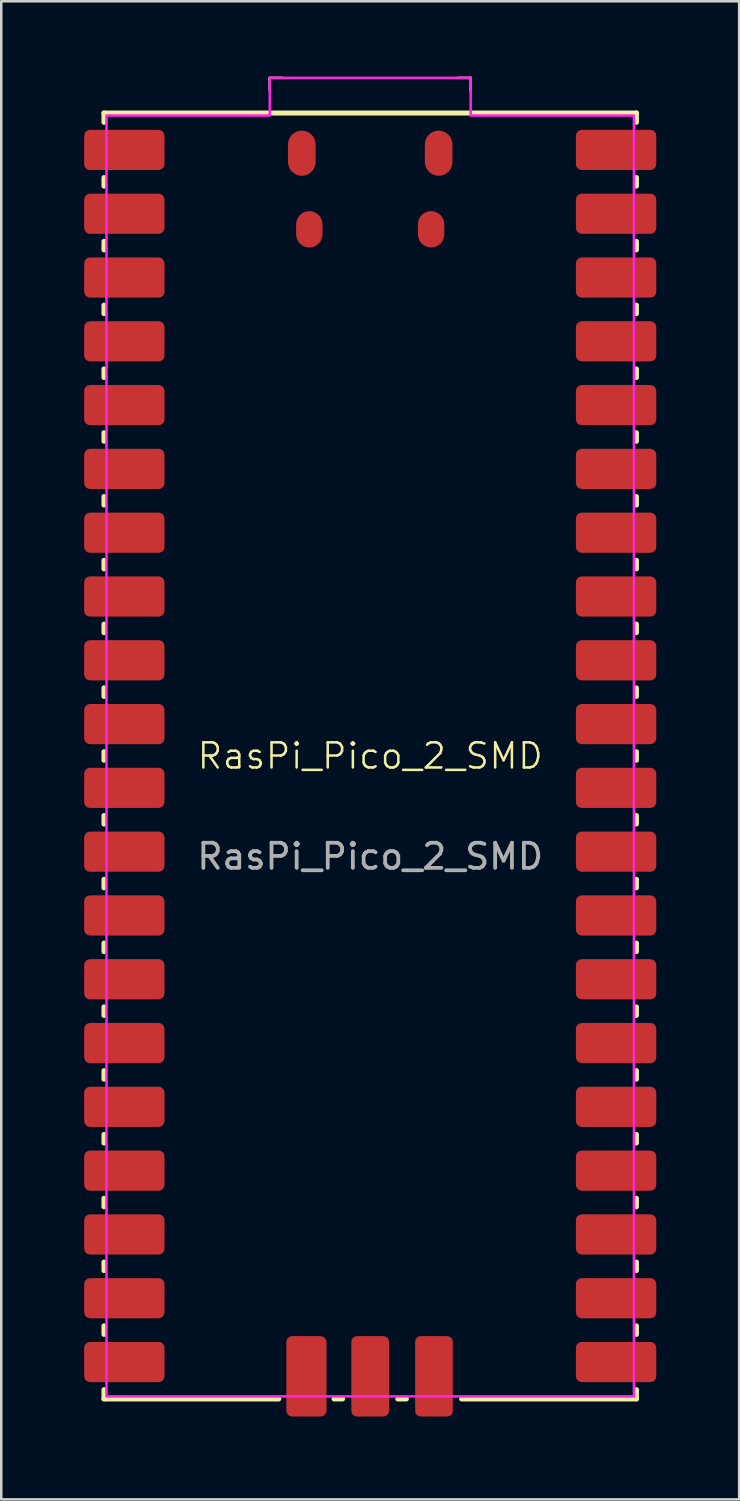
<source format=kicad_pcb>
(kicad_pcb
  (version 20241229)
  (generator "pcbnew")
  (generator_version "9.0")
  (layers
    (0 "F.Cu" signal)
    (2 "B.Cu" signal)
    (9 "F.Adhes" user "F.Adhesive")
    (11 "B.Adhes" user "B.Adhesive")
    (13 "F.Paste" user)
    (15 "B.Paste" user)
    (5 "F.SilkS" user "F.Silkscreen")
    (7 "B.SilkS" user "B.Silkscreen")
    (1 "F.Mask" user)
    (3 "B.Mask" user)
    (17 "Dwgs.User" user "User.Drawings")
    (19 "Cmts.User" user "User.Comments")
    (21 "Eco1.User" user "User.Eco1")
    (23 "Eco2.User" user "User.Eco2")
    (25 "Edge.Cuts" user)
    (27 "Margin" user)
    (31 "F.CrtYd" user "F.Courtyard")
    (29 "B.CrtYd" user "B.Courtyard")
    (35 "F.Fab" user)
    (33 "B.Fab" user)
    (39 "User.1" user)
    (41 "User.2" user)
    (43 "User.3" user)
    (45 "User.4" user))
  (footprint "RasPi_Pico_2_SMD"
    (layer "F.Cu")
    (at 11.69 27.05)
    (property "Reference" "RasPi_Pico_2_SMD" (at 0 0 0) (unlocked yes) (layer "F.SilkS") (effects (font (size 1 1) (thickness 0.1))))
    (attr through_hole)
    (fp_line (start -10.6 -25.6) (end 10.6 -25.6) (stroke (width 0.2) (type solid)) (layer "F.SilkS"))
    (fp_line (start -10.6 -25.23) (end -10.6 -25.6) (stroke (width 0.2) (type solid)) (layer "F.SilkS"))
    (fp_line (start -10.6 -22.69) (end -10.6 -23.03) (stroke (width 0.2) (type solid)) (layer "F.SilkS"))
    (fp_line (start -10.6 -20.15) (end -10.6 -20.49) (stroke (width 0.2) (type solid)) (layer "F.SilkS"))
    (fp_line (start -10.6 -17.61) (end -10.6 -17.95) (stroke (width 0.2) (type solid)) (layer "F.SilkS"))
    (fp_line (start -10.6 -15.07) (end -10.6 -15.41) (stroke (width 0.2) (type solid)) (layer "F.SilkS"))
    (fp_line (start -10.6 -12.53) (end -10.6 -12.87) (stroke (width 0.2) (type solid)) (layer "F.SilkS"))
    (fp_line (start -10.6 -9.99) (end -10.6 -10.33) (stroke (width 0.2) (type solid)) (layer "F.SilkS"))
    (fp_line (start -10.6 -7.45) (end -10.6 -7.79) (stroke (width 0.2) (type solid)) (layer "F.SilkS"))
    (fp_line (start -10.6 -4.91) (end -10.6 -5.25) (stroke (width 0.2) (type solid)) (layer "F.SilkS"))
    (fp_line (start -10.6 -2.37) (end -10.6 -2.71) (stroke (width 0.2) (type solid)) (layer "F.SilkS"))
    (fp_line (start -10.6 0.17) (end -10.6 -0.17) (stroke (width 0.2) (type solid)) (layer "F.SilkS"))
    (fp_line (start -10.6 2.71) (end -10.6 2.37) (stroke (width 0.2) (type solid)) (layer "F.SilkS"))
    (fp_line (start -10.6 5.25) (end -10.6 4.91) (stroke (width 0.2) (type solid)) (layer "F.SilkS"))
    (fp_line (start -10.6 7.79) (end -10.6 7.45) (stroke (width 0.2) (type solid)) (layer "F.SilkS"))
    (fp_line (start -10.6 10.33) (end -10.6 9.99) (stroke (width 0.2) (type solid)) (layer "F.SilkS"))
    (fp_line (start -10.6 12.87) (end -10.6 12.53) (stroke (width 0.2) (type solid)) (layer "F.SilkS"))
    (fp_line (start -10.6 15.41) (end -10.6 15.07) (stroke (width 0.2) (type solid)) (layer "F.SilkS"))
    (fp_line (start -10.6 17.95) (end -10.6 17.61) (stroke (width 0.2) (type solid)) (layer "F.SilkS"))
    (fp_line (start -10.6 20.49) (end -10.6 20.15) (stroke (width 0.2) (type solid)) (layer "F.SilkS"))
    (fp_line (start -10.6 23.03) (end -10.6 22.69) (stroke (width 0.2) (type solid)) (layer "F.SilkS"))
    (fp_line (start -10.6 25.23) (end -10.6 25.6) (stroke (width 0.2) (type solid)) (layer "F.SilkS"))
    (fp_line (start -4 -26.5) (end -4 -27) (stroke (width 0.1) (type default)) (layer "F.SilkS"))
    (fp_line (start -3.64 25.6) (end -10.6 25.6) (stroke (width 0.2) (type solid)) (layer "F.SilkS"))
    (fp_line (start -3.5 -27) (end -4 -27) (stroke (width 0.1) (type default)) (layer "F.SilkS"))
    (fp_line (start -1.1 25.6) (end -1.44 25.6) (stroke (width 0.2) (type solid)) (layer "F.SilkS"))
    (fp_line (start 1.44 25.6) (end 1.1 25.6) (stroke (width 0.2) (type solid)) (layer "F.SilkS"))
    (fp_line (start 4 -27) (end 3.5 -27) (stroke (width 0.1) (type default)) (layer "F.SilkS"))
    (fp_line (start 4 -26.5) (end 4 -27) (stroke (width 0.1) (type default)) (layer "F.SilkS"))
    (fp_line (start 10.6 -25.23) (end 10.6 -25.6) (stroke (width 0.2) (type solid)) (layer "F.SilkS"))
    (fp_line (start 10.6 -23.03) (end 10.6 -22.69) (stroke (width 0.2) (type solid)) (layer "F.SilkS"))
    (fp_line (start 10.6 -20.49) (end 10.6 -20.15) (stroke (width 0.2) (type solid)) (layer "F.SilkS"))
    (fp_line (start 10.6 -17.95) (end 10.6 -17.61) (stroke (width 0.2) (type solid)) (layer "F.SilkS"))
    (fp_line (start 10.6 -15.41) (end 10.6 -15.07) (stroke (width 0.2) (type solid)) (layer "F.SilkS"))
    (fp_line (start 10.6 -12.87) (end 10.6 -12.53) (stroke (width 0.2) (type solid)) (layer "F.SilkS"))
    (fp_line (start 10.6 -10.33) (end 10.6 -9.99) (stroke (width 0.2) (type solid)) (layer "F.SilkS"))
    (fp_line (start 10.6 -7.79) (end 10.6 -7.45) (stroke (width 0.2) (type solid)) (layer "F.SilkS"))
    (fp_line (start 10.6 -5.25) (end 10.6 -4.91) (stroke (width 0.2) (type solid)) (layer "F.SilkS"))
    (fp_line (start 10.6 -2.71) (end 10.6 -2.37) (stroke (width 0.2) (type solid)) (layer "F.SilkS"))
    (fp_line (start 10.6 -0.17) (end 10.6 0.17) (stroke (width 0.2) (type solid)) (layer "F.SilkS"))
    (fp_line (start 10.6 2.37) (end 10.6 2.71) (stroke (width 0.2) (type solid)) (layer "F.SilkS"))
    (fp_line (start 10.6 4.91) (end 10.6 5.25) (stroke (width 0.2) (type solid)) (layer "F.SilkS"))
    (fp_line (start 10.6 7.45) (end 10.6 7.79) (stroke (width 0.2) (type solid)) (layer "F.SilkS"))
    (fp_line (start 10.6 9.99) (end 10.6 10.33) (stroke (width 0.2) (type solid)) (layer "F.SilkS"))
    (fp_line (start 10.6 12.53) (end 10.6 12.87) (stroke (width 0.2) (type solid)) (layer "F.SilkS"))
    (fp_line (start 10.6 15.07) (end 10.6 15.41) (stroke (width 0.2) (type solid)) (layer "F.SilkS"))
    (fp_line (start 10.6 17.61) (end 10.6 17.95) (stroke (width 0.2) (type solid)) (layer "F.SilkS"))
    (fp_line (start 10.6 20.15) (end 10.6 20.49) (stroke (width 0.2) (type solid)) (layer "F.SilkS"))
    (fp_line (start 10.6 22.69) (end 10.6 23.03) (stroke (width 0.2) (type solid)) (layer "F.SilkS"))
    (fp_line (start 10.6 25.23) (end 10.6 25.6) (stroke (width 0.2) (type solid)) (layer "F.SilkS"))
    (fp_line (start 10.6 25.6) (end 3.64 25.6) (stroke (width 0.2) (type solid)) (layer "F.SilkS"))
    (fp_rect (start -11.69 -25.23) (end -7.89 -23.03) (stroke (width 0) (type solid)) (fill yes) (layer "F.Paste"))
    (fp_rect (start -11.69 -22.69) (end -7.89 -20.49) (stroke (width 0) (type solid)) (fill yes) (layer "F.Paste"))
    (fp_rect (start -11.69 -20.15) (end -7.89 -17.95) (stroke (width 0) (type solid)) (fill yes) (layer "F.Paste"))
    (fp_rect (start -11.69 -17.61) (end -7.89 -15.41) (stroke (width 0) (type solid)) (fill yes) (layer "F.Paste"))
    (fp_rect (start -11.69 -15.07) (end -7.89 -12.87) (stroke (width 0) (type solid)) (fill yes) (layer "F.Paste"))
    (fp_rect (start -11.69 -12.53) (end -7.89 -10.33) (stroke (width 0) (type solid)) (fill yes) (layer "F.Paste"))
    (fp_rect (start -11.69 -9.99) (end -7.89 -7.79) (stroke (width 0) (type solid)) (fill yes) (layer "F.Paste"))
    (fp_rect (start -11.69 -7.45) (end -7.89 -5.25) (stroke (width 0) (type solid)) (fill yes) (layer "F.Paste"))
    (fp_rect (start -11.69 -4.91) (end -7.89 -2.71) (stroke (width 0) (type solid)) (fill yes) (layer "F.Paste"))
    (fp_rect (start -11.69 -2.37) (end -7.89 -0.17) (stroke (width 0) (type solid)) (fill yes) (layer "F.Paste"))
    (fp_rect (start -11.69 0.17) (end -7.89 2.37) (stroke (width 0) (type solid)) (fill yes) (layer "F.Paste"))
    (fp_rect (start -11.69 2.71) (end -7.89 4.91) (stroke (width 0) (type solid)) (fill yes) (layer "F.Paste"))
    (fp_rect (start -11.69 5.25) (end -7.89 7.45) (stroke (width 0) (type solid)) (fill yes) (layer "F.Paste"))
    (fp_rect (start -11.69 7.79) (end -7.89 9.99) (stroke (width 0) (type solid)) (fill yes) (layer "F.Paste"))
    (fp_rect (start -11.69 10.33) (end -7.89 12.53) (stroke (width 0) (type solid)) (fill yes) (layer "F.Paste"))
    (fp_rect (start -11.69 12.87) (end -7.89 15.07) (stroke (width 0) (type solid)) (fill yes) (layer "F.Paste"))
    (fp_rect (start -11.69 15.41) (end -7.89 17.61) (stroke (width 0) (type solid)) (fill yes) (layer "F.Paste"))
    (fp_rect (start -11.69 17.95) (end -7.89 20.15) (stroke (width 0) (type solid)) (fill yes) (layer "F.Paste"))
    (fp_rect (start -11.69 20.49) (end -7.89 22.69) (stroke (width 0) (type solid)) (fill yes) (layer "F.Paste"))
    (fp_rect (start -11.69 23.03) (end -7.89 25.23) (stroke (width 0) (type solid)) (fill yes) (layer "F.Paste"))
    (fp_rect (start -3.64 22.8) (end -1.44 26.6) (stroke (width 0) (type solid)) (fill yes) (layer "F.Paste"))
    (fp_rect (start -1.1 22.8) (end 1.1 26.6) (stroke (width 0) (type solid)) (fill yes) (layer "F.Paste"))
    (fp_rect (start 1.44 22.8) (end 3.64 26.6) (stroke (width 0) (type solid)) (fill yes) (layer "F.Paste"))
    (fp_rect (start 7.89 -25.23) (end 11.69 -23.03) (stroke (width 0) (type solid)) (fill yes) (layer "F.Paste"))
    (fp_rect (start 7.89 -22.69) (end 11.69 -20.49) (stroke (width 0) (type solid)) (fill yes) (layer "F.Paste"))
    (fp_rect (start 7.89 -20.15) (end 11.69 -17.95) (stroke (width 0) (type solid)) (fill yes) (layer "F.Paste"))
    (fp_rect (start 7.89 -17.61) (end 11.69 -15.41) (stroke (width 0) (type solid)) (fill yes) (layer "F.Paste"))
    (fp_rect (start 7.89 -15.07) (end 11.69 -12.87) (stroke (width 0) (type solid)) (fill yes) (layer "F.Paste"))
    (fp_rect (start 7.89 -12.53) (end 11.69 -10.33) (stroke (width 0) (type solid)) (fill yes) (layer "F.Paste"))
    (fp_rect (start 7.89 -9.99) (end 11.69 -7.79) (stroke (width 0) (type solid)) (fill yes) (layer "F.Paste"))
    (fp_rect (start 7.89 -7.45) (end 11.69 -5.25) (stroke (width 0) (type solid)) (fill yes) (layer "F.Paste"))
    (fp_rect (start 7.89 -4.91) (end 11.69 -2.71) (stroke (width 0) (type solid)) (fill yes) (layer "F.Paste"))
    (fp_rect (start 7.89 -2.37) (end 11.69 -0.17) (stroke (width 0) (type solid)) (fill yes) (layer "F.Paste"))
    (fp_rect (start 7.89 0.17) (end 11.69 2.37) (stroke (width 0) (type solid)) (fill yes) (layer "F.Paste"))
    (fp_rect (start 7.89 2.71) (end 11.69 4.91) (stroke (width 0) (type solid)) (fill yes) (layer "F.Paste"))
    (fp_rect (start 7.89 5.25) (end 11.69 7.45) (stroke (width 0) (type solid)) (fill yes) (layer "F.Paste"))
    (fp_rect (start 7.89 7.79) (end 11.69 9.99) (stroke (width 0) (type solid)) (fill yes) (layer "F.Paste"))
    (fp_rect (start 7.89 10.33) (end 11.69 12.53) (stroke (width 0) (type solid)) (fill yes) (layer "F.Paste"))
    (fp_rect (start 7.89 12.87) (end 11.69 15.07) (stroke (width 0) (type solid)) (fill yes) (layer "F.Paste"))
    (fp_rect (start 7.89 15.41) (end 11.69 17.61) (stroke (width 0) (type solid)) (fill yes) (layer "F.Paste"))
    (fp_rect (start 7.89 17.95) (end 11.69 20.15) (stroke (width 0) (type solid)) (fill yes) (layer "F.Paste"))
    (fp_rect (start 7.89 20.49) (end 11.69 22.69) (stroke (width 0) (type solid)) (fill yes) (layer "F.Paste"))
    (fp_rect (start 7.89 23.03) (end 11.69 25.23) (stroke (width 0) (type solid)) (fill yes) (layer "F.Paste"))
    (fp_poly (pts (xy 10.5 25.5) (xy -10.5 25.5) (xy -10.5 -25.5) (xy -4 -25.5) (xy -4 -27) (xy 4 -27) (xy 4 -25.5) (xy 10.5 -25.5)) (stroke (width 0.1) (type default)) (fill no) (layer "Margin"))
    (fp_poly (pts (xy 10.5 25.5) (xy -10.5 25.5) (xy -10.5 -25.5) (xy -4 -25.5) (xy -4 -27) (xy 4 -27) (xy 4 -25.5) (xy 10.5 -25.5)) (stroke (width 0.1) (type solid)) (fill no) (layer "F.CrtYd"))
    (fp_text user "${REFERENCE}" (at 0 4 0) (unlocked yes) (layer "F.Fab") (effects (font (size 1 1) (thickness 0.15))))
    (pad "" smd roundrect (at -2.725 -24) (size 1.1 1.8) (layers "F.Cu" "F.Mask") (roundrect_rratio 0.5))
    (pad "" smd roundrect (at -2.425 -20.97) (size 1.05 1.45) (layers "F.Cu" "F.Mask") (roundrect_rratio 0.5))
    (pad "" smd roundrect (at 2.425 -20.97) (size 1.05 1.45) (layers "F.Cu" "F.Mask") (roundrect_rratio 0.5))
    (pad "" smd roundrect (at 2.725 -24) (size 1.1 1.8) (layers "F.Cu" "F.Mask") (roundrect_rratio 0.5))
    (pad "1" smd roundrect (at -9.79 -24.13) (size 3.2 1.6) (layers "F.Cu" "F.Mask" "F.Paste") (roundrect_rratio 0.147))
    (pad "2" smd roundrect (at -9.79 -21.59) (size 3.2 1.6) (layers "F.Cu" "F.Mask" "F.Paste") (roundrect_rratio 0.147))
    (pad "3" smd roundrect (at -9.79 -19.05) (size 3.2 1.6) (layers "F.Cu" "F.Mask" "F.Paste") (roundrect_rratio 0.147))
    (pad "4" smd roundrect (at -9.79 -16.51) (size 3.2 1.6) (layers "F.Cu" "F.Mask" "F.Paste") (roundrect_rratio 0.147))
    (pad "5" smd roundrect (at -9.79 -13.97) (size 3.2 1.6) (layers "F.Cu" "F.Mask" "F.Paste") (roundrect_rratio 0.147))
    (pad "6" smd roundrect (at -9.79 -11.43) (size 3.2 1.6) (layers "F.Cu" "F.Mask" "F.Paste") (roundrect_rratio 0.147))
    (pad "7" smd roundrect (at -9.79 -8.89) (size 3.2 1.6) (layers "F.Cu" "F.Mask" "F.Paste") (roundrect_rratio 0.147))
    (pad "8" smd roundrect (at -9.79 -6.35) (size 3.2 1.6) (layers "F.Cu" "F.Mask" "F.Paste") (roundrect_rratio 0.147))
    (pad "9" smd roundrect (at -9.79 -3.81) (size 3.2 1.6) (layers "F.Cu" "F.Mask" "F.Paste") (roundrect_rratio 0.147))
    (pad "10" smd roundrect (at -9.79 -1.27) (size 3.2 1.6) (layers "F.Cu" "F.Mask" "F.Paste") (roundrect_rratio 0.147))
    (pad "11" smd roundrect (at -9.79 1.27) (size 3.2 1.6) (layers "F.Cu" "F.Mask" "F.Paste") (roundrect_rratio 0.147))
    (pad "12" smd roundrect (at -9.79 3.81) (size 3.2 1.6) (layers "F.Cu" "F.Mask" "F.Paste") (roundrect_rratio 0.147))
    (pad "13" smd roundrect (at -9.79 6.35) (size 3.2 1.6) (layers "F.Cu" "F.Mask" "F.Paste") (roundrect_rratio 0.147))
    (pad "14" smd roundrect (at -9.79 8.89) (size 3.2 1.6) (layers "F.Cu" "F.Mask" "F.Paste") (roundrect_rratio 0.147))
    (pad "15" smd roundrect (at -9.79 11.43) (size 3.2 1.6) (layers "F.Cu" "F.Mask" "F.Paste") (roundrect_rratio 0.147))
    (pad "16" smd roundrect (at -9.79 13.97) (size 3.2 1.6) (layers "F.Cu" "F.Mask" "F.Paste") (roundrect_rratio 0.147))
    (pad "17" smd roundrect (at -9.79 16.51) (size 3.2 1.6) (layers "F.Cu" "F.Mask" "F.Paste") (roundrect_rratio 0.147))
    (pad "18" smd roundrect (at -9.79 19.05) (size 3.2 1.6) (layers "F.Cu" "F.Mask" "F.Paste") (roundrect_rratio 0.147))
    (pad "19" smd roundrect (at -9.79 21.59) (size 3.2 1.6) (layers "F.Cu" "F.Mask" "F.Paste") (roundrect_rratio 0.147))
    (pad "20" smd roundrect (at -9.79 24.13) (size 3.2 1.6) (layers "F.Cu" "F.Mask" "F.Paste") (roundrect_rratio 0.147))
    (pad "21" smd roundrect (at 9.79 -24.13) (size 3.2 1.6) (layers "F.Cu" "F.Mask" "F.Paste") (roundrect_rratio 0.147))
    (pad "22" smd roundrect (at 9.79 -21.59) (size 3.2 1.6) (layers "F.Cu" "F.Mask" "F.Paste") (roundrect_rratio 0.147))
    (pad "23" smd roundrect (at 9.79 -19.05) (size 3.2 1.6) (layers "F.Cu" "F.Mask" "F.Paste") (roundrect_rratio 0.147))
    (pad "24" smd roundrect (at 9.79 -16.51) (size 3.2 1.6) (layers "F.Cu" "F.Mask" "F.Paste") (roundrect_rratio 0.147))
    (pad "25" smd roundrect (at 9.79 -13.97) (size 3.2 1.6) (layers "F.Cu" "F.Mask" "F.Paste") (roundrect_rratio 0.147))
    (pad "26" smd roundrect (at 9.79 -11.43) (size 3.2 1.6) (layers "F.Cu" "F.Mask" "F.Paste") (roundrect_rratio 0.147))
    (pad "27" smd roundrect (at 9.79 -8.89) (size 3.2 1.6) (layers "F.Cu" "F.Mask" "F.Paste") (roundrect_rratio 0.147))
    (pad "28" smd roundrect (at 9.79 -6.35) (size 3.2 1.6) (layers "F.Cu" "F.Mask" "F.Paste") (roundrect_rratio 0.147))
    (pad "29" smd roundrect (at 9.79 -3.81) (size 3.2 1.6) (layers "F.Cu" "F.Mask" "F.Paste") (roundrect_rratio 0.147))
    (pad "30" smd roundrect (at 9.79 -1.27) (size 3.2 1.6) (layers "F.Cu" "F.Mask" "F.Paste") (roundrect_rratio 0.147))
    (pad "31" smd roundrect (at 9.79 1.27) (size 3.2 1.6) (layers "F.Cu" "F.Mask" "F.Paste") (roundrect_rratio 0.147))
    (pad "32" smd roundrect (at 9.79 3.81) (size 3.2 1.6) (layers "F.Cu" "F.Mask" "F.Paste") (roundrect_rratio 0.147))
    (pad "33" smd roundrect (at 9.79 6.35) (size 3.2 1.6) (layers "F.Cu" "F.Mask" "F.Paste") (roundrect_rratio 0.147))
    (pad "34" smd roundrect (at 9.79 8.89) (size 3.2 1.6) (layers "F.Cu" "F.Mask" "F.Paste") (roundrect_rratio 0.147))
    (pad "35" smd roundrect (at 9.79 11.43) (size 3.2 1.6) (layers "F.Cu" "F.Mask" "F.Paste") (roundrect_rratio 0.147))
    (pad "36" smd roundrect (at 9.79 13.97) (size 3.2 1.6) (layers "F.Cu" "F.Mask" "F.Paste") (roundrect_rratio 0.147))
    (pad "37" smd roundrect (at 9.79 16.51) (size 3.2 1.6) (layers "F.Cu" "F.Mask" "F.Paste") (roundrect_rratio 0.147))
    (pad "38" smd roundrect (at 9.79 19.05) (size 3.2 1.6) (layers "F.Cu" "F.Mask" "F.Paste") (roundrect_rratio 0.147))
    (pad "39" smd roundrect (at 9.79 21.59) (size 3.2 1.6) (layers "F.Cu" "F.Mask" "F.Paste") (roundrect_rratio 0.147))
    (pad "40" smd roundrect (at 9.79 24.13) (size 3.2 1.6) (layers "F.Cu" "F.Mask" "F.Paste") (roundrect_rratio 0.147))
    (pad "41" smd roundrect (at -2.54 24.7 90) (size 3.2 1.6) (layers "F.Cu" "F.Mask") (roundrect_rratio 0.147))
    (pad "42" smd roundrect (at 0 24.7 90) (size 3.2 1.5) (layers "F.Cu" "F.Mask") (roundrect_rratio 0.147))
    (pad "43" smd roundrect (at 2.54 24.7 90) (size 3.2 1.5) (layers "F.Cu" "F.Mask") (roundrect_rratio 0.147))
    (zone (net_name "") (layer "F.Cu") (name "TP Keepout") (hatch full 0.5) (connect_pads) (min_thickness 0.25) (filled_areas_thickness no) (keepout (tracks not_allowed) (vias not_allowed) (pads not_allowed) (copperpour not_allowed) (footprints not_allowed)) (placement (enabled no)) (fill) (polygon (pts (xy 8.19 8.55) (xy 8.19 10.55) (xy 10.19 10.55) (xy 10.19 8.55))))
    (zone (net_name "") (layer "F.Cu") (name "TP Keepout") (hatch full 0.5) (connect_pads) (min_thickness 0.25) (filled_areas_thickness no) (keepout (tracks not_allowed) (vias not_allowed) (pads not_allowed) (copperpour not_allowed) (footprints not_allowed)) (placement (enabled no)) (fill) (polygon (pts (xy 8.19 11.05) (xy 8.19 13.05) (xy 10.19 13.05) (xy 10.19 11.05))))
    (zone (net_name "") (layer "F.Cu") (name "TP Keepout") (hatch full 0.5) (connect_pads) (min_thickness 0.25) (filled_areas_thickness no) (keepout (tracks not_allowed) (vias not_allowed) (pads not_allowed) (copperpour not_allowed) (footprints not_allowed)) (placement (enabled no)) (fill) (polygon (pts (xy 8.19 13.55) (xy 8.19 15.55) (xy 10.19 15.55) (xy 10.19 13.55))))
    (zone (net_name "") (layer "F.Cu") (name "TP Keepout") (hatch full 0.5) (connect_pads) (min_thickness 0.25) (filled_areas_thickness no) (keepout (tracks not_allowed) (vias not_allowed) (pads not_allowed) (copperpour not_allowed) (footprints not_allowed)) (placement (enabled no)) (fill) (polygon (pts (xy 12.69 22.05) (xy 12.69 24.05) (xy 14.69 24.05) (xy 14.69 22.05))))
    (zone (net_name "") (layer "F.Cu") (name "USB Keepout") (hatch full 0.5) (connect_pads) (min_thickness 0.25) (filled_areas_thickness no) (keepout (tracks not_allowed) (vias not_allowed) (pads not_allowed) (copperpour not_allowed) (footprints not_allowed)) (placement (enabled no)) (fill) (polygon (pts (xy 8.19 1.55) (xy 8.19 6.55) (xy 8.69 7.05) (xy 14.69 7.05) (xy 15.19 6.55) (xy 15.19 1.55)))))
  (gr_rect
    (start -3 -3)
    (end 26.38 56.65)
    (stroke (width 0.1) (type default))
    (fill no)
    (layer "Edge.Cuts")))
</source>
